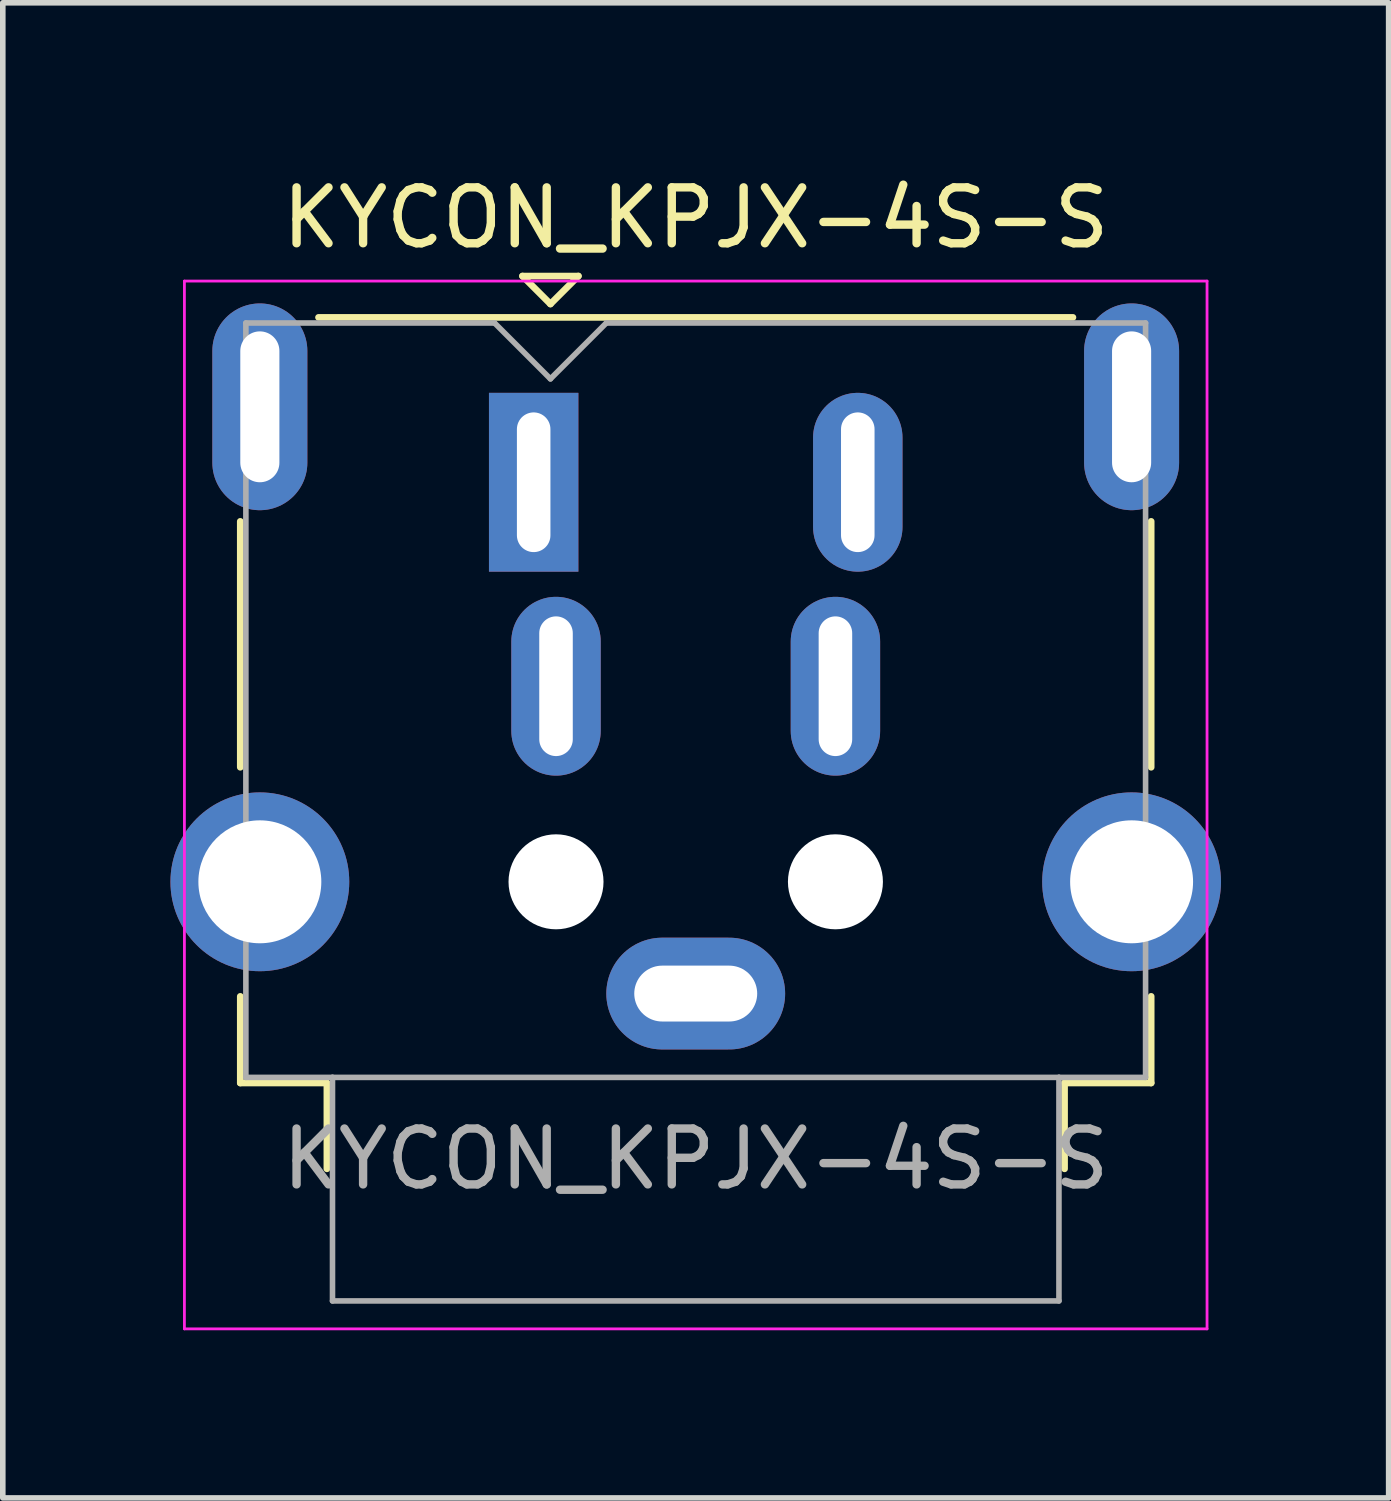
<source format=kicad_pcb>
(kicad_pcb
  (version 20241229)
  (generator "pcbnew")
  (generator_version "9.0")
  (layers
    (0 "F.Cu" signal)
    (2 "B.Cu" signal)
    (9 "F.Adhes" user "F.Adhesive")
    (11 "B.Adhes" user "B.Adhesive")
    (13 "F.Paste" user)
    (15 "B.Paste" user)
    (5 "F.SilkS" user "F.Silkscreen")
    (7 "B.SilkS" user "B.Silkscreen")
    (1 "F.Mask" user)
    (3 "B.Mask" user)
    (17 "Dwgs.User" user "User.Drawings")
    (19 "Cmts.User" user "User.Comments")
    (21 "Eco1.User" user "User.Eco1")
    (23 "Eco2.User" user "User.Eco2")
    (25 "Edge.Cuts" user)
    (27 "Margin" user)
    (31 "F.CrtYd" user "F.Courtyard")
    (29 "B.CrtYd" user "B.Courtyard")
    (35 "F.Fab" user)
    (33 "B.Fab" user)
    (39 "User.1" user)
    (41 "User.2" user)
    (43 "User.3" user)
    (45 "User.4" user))
  (footprint "KYCON_KPJX-4S-S"
    (layer "F.Cu")
    (at 9.4 9.23)
    (property "Reference" "KYCON_KPJX-4S-S" (at 0 -8.382 180) (layer "F.SilkS") (effects (font (size 1 1) (thickness 0.15))))
    (attr through_hole)
    (fp_line (start -8.15 1.45) (end -8.15 -2.95) (stroke (width 0.12) (type solid)) (layer "F.SilkS"))
    (fp_line (start -8.15 7.1) (end -8.15 5.55) (stroke (width 0.12) (type solid)) (layer "F.SilkS"))
    (fp_line (start -6.75 -6.6) (end 6.75 -6.6) (stroke (width 0.12) (type solid)) (layer "F.SilkS"))
    (fp_line (start -6.6 7.1) (end -8.15 7.1) (stroke (width 0.12) (type solid)) (layer "F.SilkS"))
    (fp_line (start -6.6 8.636) (end -6.6 7.1) (stroke (width 0.12) (type solid)) (layer "F.SilkS"))
    (fp_line (start -3.1 -7.34) (end -2.1 -7.34) (stroke (width 0.12) (type solid)) (layer "F.SilkS"))
    (fp_line (start -2.6 -6.84) (end -3.1 -7.34) (stroke (width 0.12) (type solid)) (layer "F.SilkS"))
    (fp_line (start -2.1 -7.34) (end -2.6 -6.84) (stroke (width 0.12) (type solid)) (layer "F.SilkS"))
    (fp_line (start 6.6 7.1) (end 6.6 8.636) (stroke (width 0.12) (type solid)) (layer "F.SilkS"))
    (fp_line (start 8.15 -2.95) (end 8.15 1.45) (stroke (width 0.12) (type solid)) (layer "F.SilkS"))
    (fp_line (start 8.15 5.55) (end 8.15 7.1) (stroke (width 0.12) (type solid)) (layer "F.SilkS"))
    (fp_line (start 8.15 7.1) (end 6.6 7.1) (stroke (width 0.12) (type solid)) (layer "F.SilkS"))
    (fp_line (start -9.15 -7.25) (end 9.15 -7.25) (stroke (width 0.05) (type solid)) (layer "F.CrtYd"))
    (fp_line (start -9.15 11.5) (end -9.15 -7.25) (stroke (width 0.05) (type solid)) (layer "F.CrtYd"))
    (fp_line (start 9.15 -7.25) (end 9.15 11.5) (stroke (width 0.05) (type solid)) (layer "F.CrtYd"))
    (fp_line (start 9.15 11.5) (end -9.15 11.5) (stroke (width 0.05) (type solid)) (layer "F.CrtYd"))
    (fp_line (start -8.05 -6.5) (end -3.6 -6.5) (stroke (width 0.1) (type solid)) (layer "F.Fab"))
    (fp_line (start -8.05 7) (end -8.05 -6.5) (stroke (width 0.1) (type solid)) (layer "F.Fab"))
    (fp_line (start -6.5 7) (end -8.05 7) (stroke (width 0.1) (type solid)) (layer "F.Fab"))
    (fp_line (start -6.5 7) (end 6.5 7) (stroke (width 0.1) (type solid)) (layer "F.Fab"))
    (fp_line (start -6.5 11) (end -6.5 7) (stroke (width 0.1) (type solid)) (layer "F.Fab"))
    (fp_line (start -3.6 -6.5) (end -2.6 -5.5) (stroke (width 0.1) (type solid)) (layer "F.Fab"))
    (fp_line (start -2.6 -5.5) (end -1.6 -6.5) (stroke (width 0.1) (type solid)) (layer "F.Fab"))
    (fp_line (start -1.6 -6.5) (end 8.05 -6.5) (stroke (width 0.1) (type solid)) (layer "F.Fab"))
    (fp_line (start 6.5 7) (end 6.5 11) (stroke (width 0.1) (type solid)) (layer "F.Fab"))
    (fp_line (start 6.5 11) (end -6.5 11) (stroke (width 0.1) (type solid)) (layer "F.Fab"))
    (fp_line (start 8.05 -6.5) (end 8.05 7) (stroke (width 0.1) (type solid)) (layer "F.Fab"))
    (fp_line (start 8.05 7) (end 6.5 7) (stroke (width 0.1) (type solid)) (layer "F.Fab"))
    (fp_text user "${REFERENCE}" (at 0 8.46 0) (layer "F.Fab") (effects (font (size 1 1) (thickness 0.15))))
    (pad "" np_thru_hole circle (at -2.5 3.5) (size 1.7 1.7) (drill 1.7) (layers "*.Cu" "*.Mask"))
    (pad "" np_thru_hole circle (at 2.5 3.5) (size 1.7 1.7) (drill 1.7) (layers "*.Cu" "*.Mask"))
    (pad "1" thru_hole rect (at -2.9 -3.65) (size 1.6 3.2) (drill oval 0.6 2.5) (layers "*.Cu" "*.Mask"))
    (pad "2" thru_hole oval (at 2.9 -3.65) (size 1.6 3.2) (drill oval 0.6 2.5) (layers "*.Cu" "*.Mask"))
    (pad "3" thru_hole oval (at -2.5 0) (size 1.6 3.2) (drill oval 0.6 2.5) (layers "*.Cu" "*.Mask"))
    (pad "4" thru_hole oval (at 2.5 0) (size 1.6 3.2) (drill oval 0.6 2.5) (layers "*.Cu" "*.Mask"))
    (pad "S" thru_hole oval (at -7.8 -5) (size 1.7 3.7) (drill oval 0.7 2.7) (layers "*.Cu" "*.Mask"))
    (pad "S" thru_hole circle (at -7.8 3.5) (size 3.2 3.2) (drill 2.2) (layers "*.Cu" "*.Mask"))
    (pad "S" thru_hole oval (at 0 5.5) (size 3.2 2) (drill oval 2.2 1) (layers "*.Cu" "*.Mask"))
    (pad "S" thru_hole oval (at 7.8 -5) (size 1.7 3.7) (drill oval 0.7 2.7) (layers "*.Cu" "*.Mask"))
    (pad "S" thru_hole circle (at 7.8 3.5) (size 3.2 3.2) (drill 2.2) (layers "*.Cu" "*.Mask")))
  (gr_rect
    (start -3 -3)
    (end 21.8 23.755)
    (stroke (width 0.1) (type default))
    (fill no)
    (layer "Edge.Cuts")))
</source>
